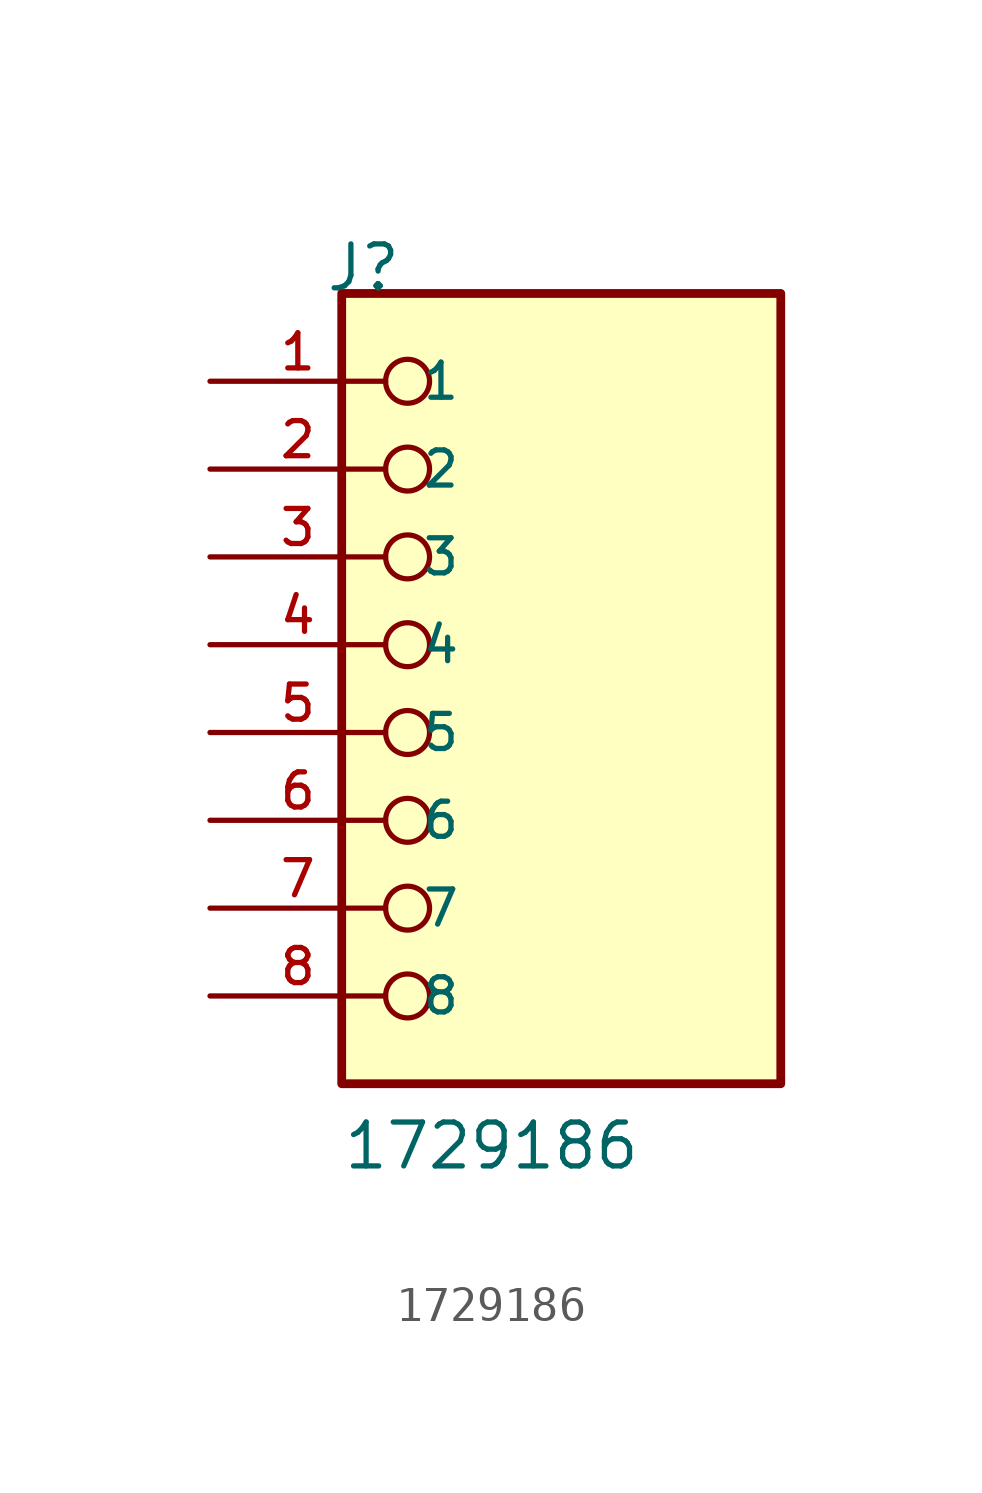
<source format=kicad_sym>
(kicad_symbol_lib
  (version 20211014)
  (generator kicad_symbol_editor)
  (symbol "1729186"
    (pin_names
      (offset 1.016))
    (property "Reference" "J"
      (at -6.85 12.7 0)
      (effects (font (size 1.27 1.27)) (justify bottom left)))
    (property "Value" "1729186"
      (at -6.35 -12.7 0)
      (effects (font (size 1.27 1.27)) (justify bottom left)))
    (symbol "1729186_0_0"
      (circle (center -4.445 10.16) (radius 0.635) (stroke (width 0.152)) (fill (type none)))
      (circle (center -4.445 7.62) (radius 0.635) (stroke (width 0.152)) (fill (type none)))
      (circle (center -4.445 5.08) (radius 0.635) (stroke (width 0.152)) (fill (type none)))
      (circle (center -4.445 2.54) (radius 0.635) (stroke (width 0.152)) (fill (type none)))
      (circle (center -4.445 0.0) (radius 0.635) (stroke (width 0.152)) (fill (type none)))
      (circle (center -4.445 -2.54) (radius 0.635) (stroke (width 0.152)) (fill (type none)))
      (circle (center -4.445 -5.08) (radius 0.635) (stroke (width 0.152)) (fill (type none)))
      (circle (center -4.445 -7.62) (radius 0.635) (stroke (width 0.152)) (fill (type none)))
      (rectangle (start -6.35 -10.16) (end 6.35 12.7) (stroke (width 0.254)) (fill (type background)))
      (pin passive line (at -10.16 10.16 0) (length 5.08) (name "1" (effects (font (size 1.016 1.016)))) (number "1" (effects (font (size 1.016 1.016)))))
      (pin passive line (at -10.16 7.62 0) (length 5.08) (name "2" (effects (font (size 1.016 1.016)))) (number "2" (effects (font (size 1.016 1.016)))))
      (pin passive line (at -10.16 5.08 0) (length 5.08) (name "3" (effects (font (size 1.016 1.016)))) (number "3" (effects (font (size 1.016 1.016)))))
      (pin passive line (at -10.16 2.54 0) (length 5.08) (name "4" (effects (font (size 1.016 1.016)))) (number "4" (effects (font (size 1.016 1.016)))))
      (pin passive line (at -10.16 0.0 0) (length 5.08) (name "5" (effects (font (size 1.016 1.016)))) (number "5" (effects (font (size 1.016 1.016)))))
      (pin passive line (at -10.16 -2.54 0) (length 5.08) (name "6" (effects (font (size 1.016 1.016)))) (number "6" (effects (font (size 1.016 1.016)))))
      (pin passive line (at -10.16 -5.08 0) (length 5.08) (name "7" (effects (font (size 1.016 1.016)))) (number "7" (effects (font (size 1.016 1.016)))))
      (pin passive line (at -10.16 -7.62 0) (length 5.08) (name "8" (effects (font (size 1.016 1.016)))) (number "8" (effects (font (size 1.016 1.016))))))))
</source>
